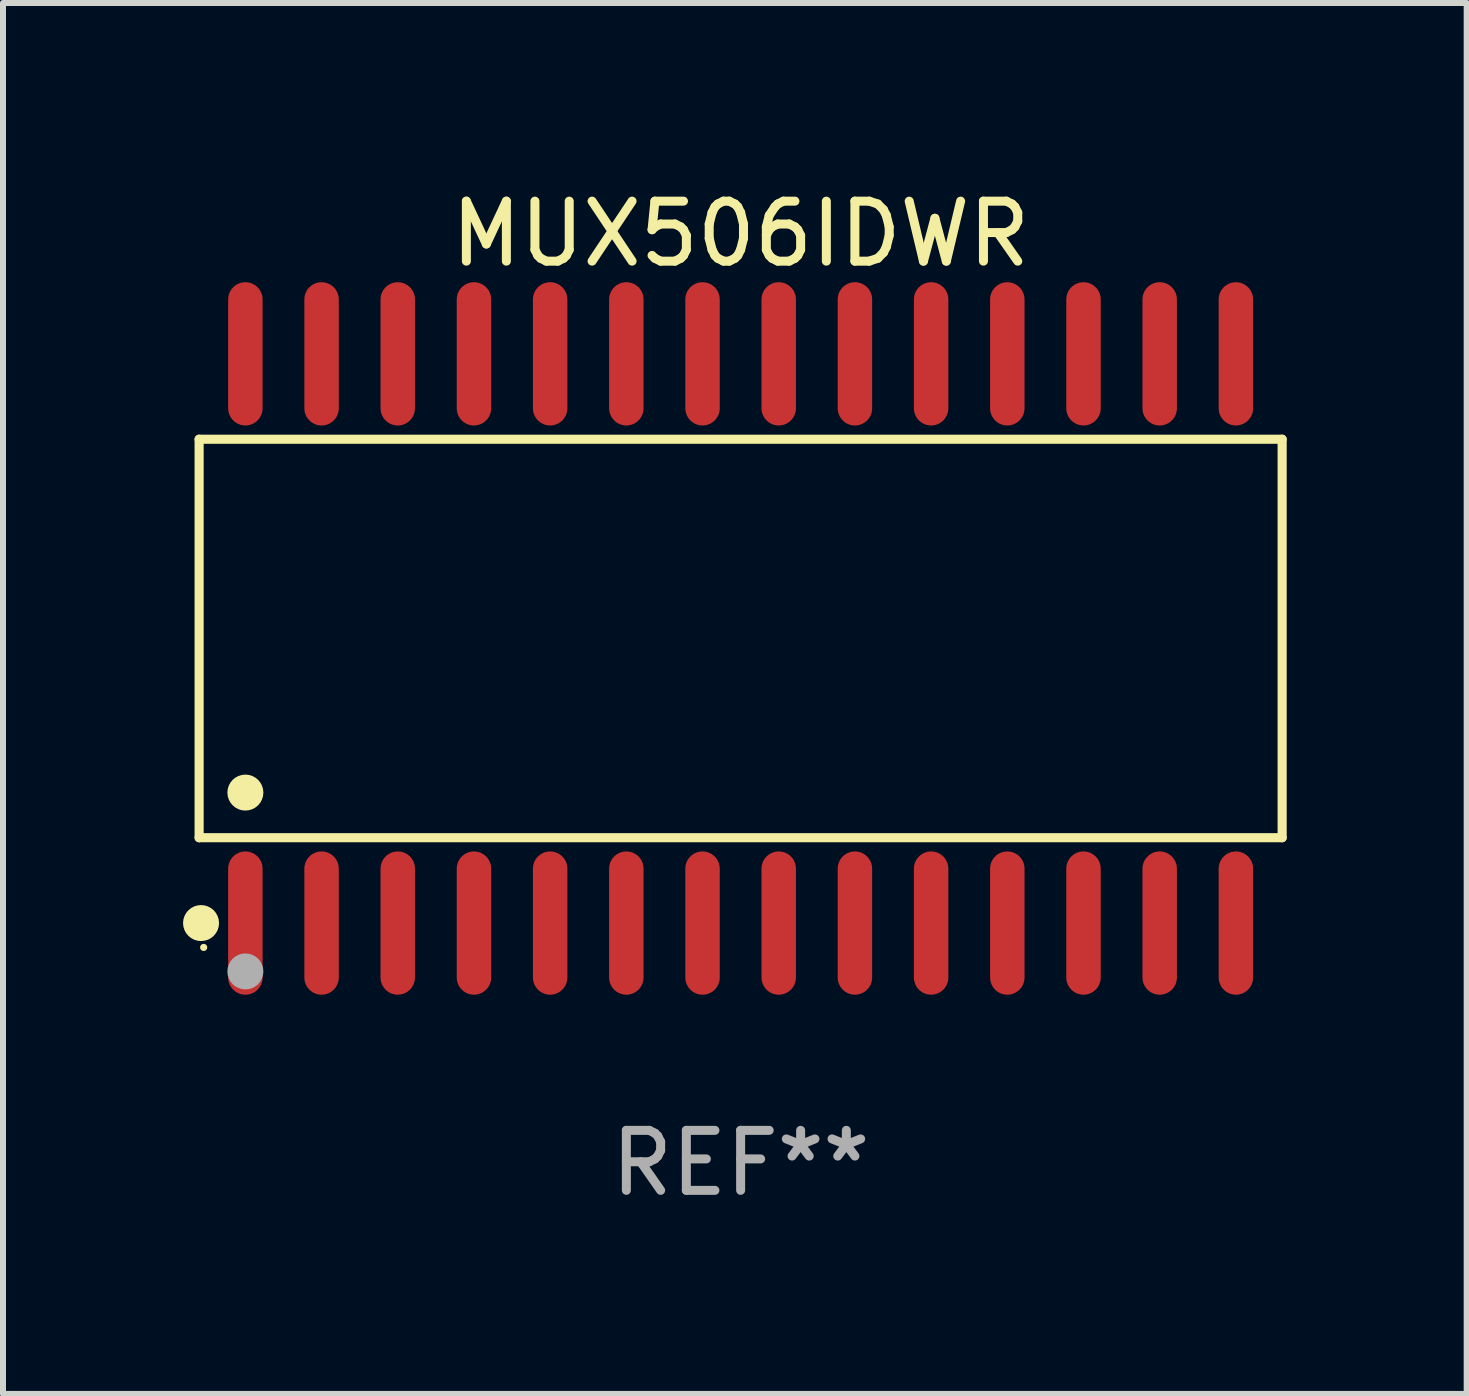
<source format=kicad_pcb>
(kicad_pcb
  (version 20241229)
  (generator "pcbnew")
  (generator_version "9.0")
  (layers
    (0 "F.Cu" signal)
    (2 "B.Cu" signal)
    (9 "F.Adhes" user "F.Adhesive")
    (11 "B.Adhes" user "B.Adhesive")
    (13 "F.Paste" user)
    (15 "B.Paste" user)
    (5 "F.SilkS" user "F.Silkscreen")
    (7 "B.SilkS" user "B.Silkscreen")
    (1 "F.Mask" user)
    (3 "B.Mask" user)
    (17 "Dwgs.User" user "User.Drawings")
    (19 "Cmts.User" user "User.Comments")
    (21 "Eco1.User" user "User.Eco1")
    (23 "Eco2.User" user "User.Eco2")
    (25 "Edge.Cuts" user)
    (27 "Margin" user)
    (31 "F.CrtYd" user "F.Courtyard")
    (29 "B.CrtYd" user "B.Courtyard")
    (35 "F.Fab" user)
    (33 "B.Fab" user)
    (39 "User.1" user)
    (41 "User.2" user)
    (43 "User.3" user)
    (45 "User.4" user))
  (footprint "MUX506IDWR"
    (layer "F.Cu")
    (at 9.295 7.592)
    (property "Reference" "MUX506IDWR" (at 0 -6.744 0) (layer "F.SilkS") (effects (font (size 1 1) (thickness 0.15))))
    (attr through_hole)
    (fp_line (start -9.026 -3.321) (end 9.026 -3.321) (stroke (width 0.152) (type solid)) (layer "F.SilkS"))
    (fp_line (start -9.026 3.321) (end -9.026 -3.321) (stroke (width 0.152) (type solid)) (layer "F.SilkS"))
    (fp_line (start 9.026 -3.321) (end 9.026 3.321) (stroke (width 0.152) (type solid)) (layer "F.SilkS"))
    (fp_line (start 9.026 3.321) (end -9.026 3.321) (stroke (width 0.152) (type solid)) (layer "F.SilkS"))
    (fp_circle (center -8.994 4.744) (end -8.844 4.744) (stroke (width 0.3) (type solid)) (fill no) (layer "F.SilkS"))
    (fp_circle (center -8.95 5.15) (end -8.92 5.15) (stroke (width 0.06) (type solid)) (fill no) (layer "F.SilkS"))
    (fp_circle (center -8.255 2.569) (end -8.105 2.569) (stroke (width 0.3) (type solid)) (fill no) (layer "F.SilkS"))
    (fp_circle (center -8.255 5.55) (end -8.105 5.55) (stroke (width 0.3) (type solid)) (fill no) (layer "F.Fab"))
    (fp_text user "REF**" (at 0 8.744 0) (layer "F.Fab") (effects (font (size 1 1) (thickness 0.15))))
    (pad "1" smd oval (at -8.255 4.744) (size 0.574 2.388) (layers "F.Cu" "F.Mask" "F.Paste"))
    (pad "2" smd oval (at -6.985 4.744) (size 0.574 2.388) (layers "F.Cu" "F.Mask" "F.Paste"))
    (pad "3" smd oval (at -5.715 4.744) (size 0.574 2.388) (layers "F.Cu" "F.Mask" "F.Paste"))
    (pad "4" smd oval (at -4.445 4.744) (size 0.574 2.388) (layers "F.Cu" "F.Mask" "F.Paste"))
    (pad "5" smd oval (at -3.175 4.744) (size 0.574 2.388) (layers "F.Cu" "F.Mask" "F.Paste"))
    (pad "6" smd oval (at -1.905 4.744) (size 0.574 2.388) (layers "F.Cu" "F.Mask" "F.Paste"))
    (pad "7" smd oval (at -0.635 4.744) (size 0.574 2.388) (layers "F.Cu" "F.Mask" "F.Paste"))
    (pad "8" smd oval (at 0.635 4.744) (size 0.574 2.388) (layers "F.Cu" "F.Mask" "F.Paste"))
    (pad "9" smd oval (at 1.905 4.744) (size 0.574 2.388) (layers "F.Cu" "F.Mask" "F.Paste"))
    (pad "10" smd oval (at 3.175 4.744) (size 0.574 2.388) (layers "F.Cu" "F.Mask" "F.Paste"))
    (pad "11" smd oval (at 4.445 4.744) (size 0.574 2.388) (layers "F.Cu" "F.Mask" "F.Paste"))
    (pad "12" smd oval (at 5.715 4.744) (size 0.574 2.388) (layers "F.Cu" "F.Mask" "F.Paste"))
    (pad "13" smd oval (at 6.985 4.744) (size 0.574 2.388) (layers "F.Cu" "F.Mask" "F.Paste"))
    (pad "14" smd oval (at 8.255 4.744) (size 0.574 2.388) (layers "F.Cu" "F.Mask" "F.Paste"))
    (pad "15" smd oval (at 8.255 -4.744) (size 0.574 2.388) (layers "F.Cu" "F.Mask" "F.Paste"))
    (pad "16" smd oval (at 6.985 -4.744) (size 0.574 2.388) (layers "F.Cu" "F.Mask" "F.Paste"))
    (pad "17" smd oval (at 5.715 -4.744) (size 0.574 2.388) (layers "F.Cu" "F.Mask" "F.Paste"))
    (pad "18" smd oval (at 4.445 -4.744) (size 0.574 2.388) (layers "F.Cu" "F.Mask" "F.Paste"))
    (pad "19" smd oval (at 3.175 -4.744) (size 0.574 2.388) (layers "F.Cu" "F.Mask" "F.Paste"))
    (pad "20" smd oval (at 1.905 -4.744) (size 0.574 2.388) (layers "F.Cu" "F.Mask" "F.Paste"))
    (pad "21" smd oval (at 0.635 -4.744) (size 0.574 2.388) (layers "F.Cu" "F.Mask" "F.Paste"))
    (pad "22" smd oval (at -0.635 -4.744) (size 0.574 2.388) (layers "F.Cu" "F.Mask" "F.Paste"))
    (pad "23" smd oval (at -1.905 -4.744) (size 0.574 2.388) (layers "F.Cu" "F.Mask" "F.Paste"))
    (pad "24" smd oval (at -3.175 -4.744) (size 0.574 2.388) (layers "F.Cu" "F.Mask" "F.Paste"))
    (pad "25" smd oval (at -4.445 -4.744) (size 0.574 2.388) (layers "F.Cu" "F.Mask" "F.Paste"))
    (pad "26" smd oval (at -5.715 -4.744) (size 0.574 2.388) (layers "F.Cu" "F.Mask" "F.Paste"))
    (pad "27" smd oval (at -6.985 -4.744) (size 0.574 2.388) (layers "F.Cu" "F.Mask" "F.Paste"))
    (pad "28" smd oval (at -8.255 -4.744) (size 0.574 2.388) (layers "F.Cu" "F.Mask" "F.Paste")))
  (gr_rect
    (start -3 -3)
    (end 21.397 20.184)
    (stroke (width 0.1) (type default))
    (fill no)
    (layer "Edge.Cuts")))
</source>
